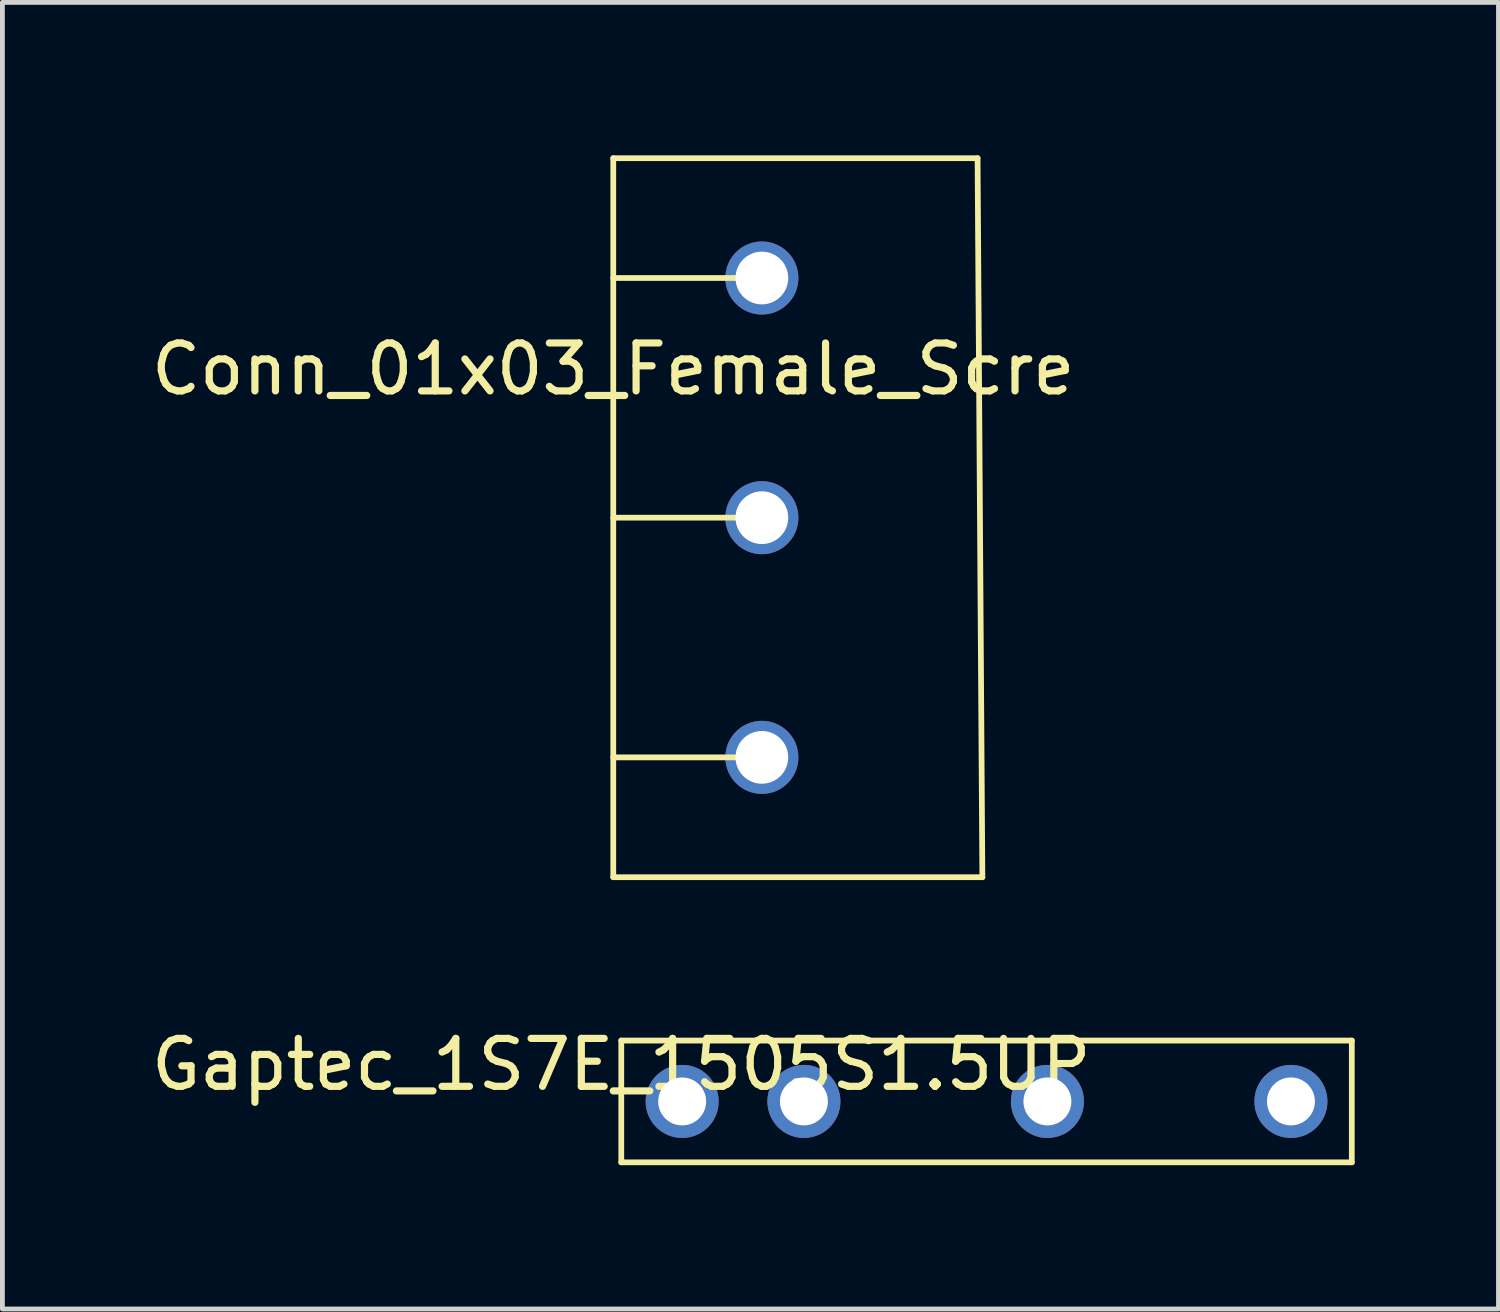
<source format=kicad_pcb>
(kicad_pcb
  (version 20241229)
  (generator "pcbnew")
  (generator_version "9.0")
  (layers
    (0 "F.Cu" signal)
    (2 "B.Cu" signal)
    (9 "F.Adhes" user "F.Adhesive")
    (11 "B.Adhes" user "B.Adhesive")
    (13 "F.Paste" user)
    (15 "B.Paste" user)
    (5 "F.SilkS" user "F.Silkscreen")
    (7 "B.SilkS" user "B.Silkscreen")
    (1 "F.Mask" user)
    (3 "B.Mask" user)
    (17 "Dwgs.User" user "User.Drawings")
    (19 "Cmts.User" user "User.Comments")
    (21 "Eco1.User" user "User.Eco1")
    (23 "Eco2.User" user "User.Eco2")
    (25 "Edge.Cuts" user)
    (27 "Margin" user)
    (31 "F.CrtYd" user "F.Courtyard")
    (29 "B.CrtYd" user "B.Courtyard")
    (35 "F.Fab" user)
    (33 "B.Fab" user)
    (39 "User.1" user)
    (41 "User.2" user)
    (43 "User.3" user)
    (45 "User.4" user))
  (footprint "Conn_01x03_Female_Scre"
    (layer "F.Cu")
    (at 9.744 0.25)
    (property "Reference" "Conn_01x03_Female_Scre" (at 0 4.4 0) (layer "F.SilkS") (effects (font (size 1 1) (thickness 0.15))))
    (attr through_hole)
    (fp_line (start 0 0) (end 7.6 0) (stroke (width 0.12) (type solid)) (layer "F.SilkS"))
    (fp_line (start 0 15) (end 0 0) (stroke (width 0.12) (type solid)) (layer "F.SilkS"))
    (fp_line (start 3.1 2.5) (end 0 2.5) (stroke (width 0.12) (type solid)) (layer "F.SilkS"))
    (fp_line (start 3.1 7.5) (end 0 7.5) (stroke (width 0.12) (type solid)) (layer "F.SilkS"))
    (fp_line (start 3.1 12.5) (end 0 12.5) (stroke (width 0.12) (type solid)) (layer "F.SilkS"))
    (fp_line (start 7.6 0) (end 7.7 15) (stroke (width 0.12) (type solid)) (layer "F.SilkS"))
    (fp_line (start 7.7 15) (end 0 15) (stroke (width 0.12) (type solid)) (layer "F.SilkS"))
    (pad "1" thru_hole circle (at 3.1 2.5) (size 1.524 1.524) (drill 1.1) (layers "*.Cu" "*.Mask"))
    (pad "2" thru_hole circle (at 3.1 7.5) (size 1.524 1.524) (drill 1.1) (layers "*.Cu" "*.Mask"))
    (pad "3" thru_hole circle (at 3.1 12.5) (size 1.524 1.524) (drill 1.1) (layers "*.Cu" "*.Mask")))
  (footprint "Gaptec_1S7E_1505S1.5UP"
    (layer "F.Cu")
    (at 9.911 18.658)
    (property "Reference" "Gaptec_1S7E_1505S1.5UP" (at 0 0.5 0) (layer "F.SilkS") (effects (font (size 1 1) (thickness 0.15))))
    (attr through_hole)
    (fp_line (start 0 0) (end 15.24 0) (stroke (width 0.12) (type solid)) (layer "F.SilkS"))
    (fp_line (start 0 2.54) (end 0 0) (stroke (width 0.12) (type solid)) (layer "F.SilkS"))
    (fp_line (start 15.24 0) (end 15.24 2.54) (stroke (width 0.12) (type solid)) (layer "F.SilkS"))
    (fp_line (start 15.24 2.54) (end 0 2.54) (stroke (width 0.12) (type solid)) (layer "F.SilkS"))
    (pad "1" thru_hole circle (at 1.27 1.27) (size 1.524 1.524) (drill 1) (layers "*.Cu" "*.Mask"))
    (pad "2" thru_hole circle (at 3.81 1.27) (size 1.524 1.524) (drill 1) (layers "*.Cu" "*.Mask"))
    (pad "4" thru_hole circle (at 8.89 1.27) (size 1.524 1.524) (drill 1) (layers "*.Cu" "*.Mask"))
    (pad "6" thru_hole circle (at 13.97 1.27) (size 1.524 1.524) (drill 1) (layers "*.Cu" "*.Mask")))
  (gr_rect
    (start -3 -3)
    (end 28.211 24.258)
    (stroke (width 0.1) (type default))
    (fill no)
    (layer "Edge.Cuts")))
</source>
